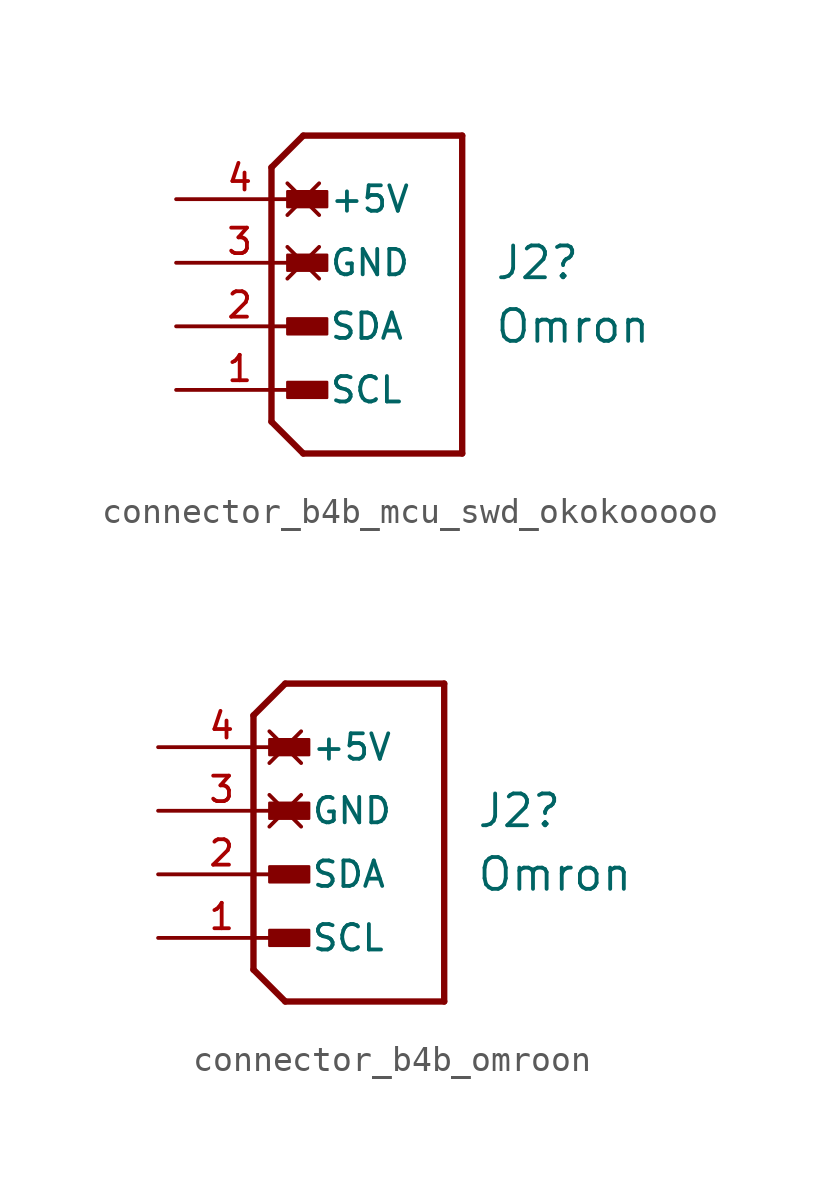
<source format=kicad_sym>
(kicad_symbol_lib
  (version 20241209)
  (generator "kicad_symbol_editor")
  (generator_version "9.0")
  (symbol "connector_b4b_mcu_swd_okokooooo"
    (pin_names
      (offset 1.016))
    (property "Reference" "J2"
      (at 5.08 0.0001 0)
      (effects (font (size 1.27 1.27)) (justify left)))
    (property "Value" "Omron"
      (at 5.08 -2.54 0)
      (effects (font (size 1.27 1.27)) (justify left)))
    (symbol "connector_b4b_mcu_swd_okokooooo_0_0"
      (polyline (pts (xy -3.81 3.81) (xy -3.81 -6.35)) (stroke (width 0.254) (type default)) (fill (type none)))
      (polyline (pts (xy -3.81 3.81) (xy -2.54 5.08)) (stroke (width 0.254) (type default)) (fill (type none)))
      (polyline (pts (xy -3.81 -6.35) (xy -2.54 -7.62)) (stroke (width 0.254) (type default)) (fill (type none)))
      (rectangle (start -3.175 2.223) (end -1.587 2.857) (stroke (width 0.1) (type default)) (fill (type outline)))
      (rectangle (start -3.175 -0.318) (end -1.587 0.318) (stroke (width 0.1) (type default)) (fill (type outline)))
      (rectangle (start -3.175 -2.857) (end -1.587 -2.223) (stroke (width 0.1) (type default)) (fill (type outline)))
      (rectangle (start -3.175 -5.397) (end -1.587 -4.763) (stroke (width 0.1) (type default)) (fill (type outline)))
      (polyline (pts (xy -2.54 -7.62) (xy 3.81 -7.62)) (stroke (width 0.254) (type default)) (fill (type none)))
      (polyline (pts (xy 3.81 5.08) (xy -2.54 5.08)) (stroke (width 0.254) (type default)) (fill (type none)))
      (polyline (pts (xy 3.81 -7.62) (xy 3.81 5.08)) (stroke (width 0.254) (type default)) (fill (type none))))
    (symbol "connector_b4b_mcu_swd_okokooooo_1_0"
      (pin power_in non_logic (at -7.62 2.54 0) (length 5.08) (name "+5V" (effects (font (size 1.016 1.016)))) (number "4" (effects (font (size 1.016 1.016)))))
      (pin power_in non_logic (at -7.62 0 0) (length 5.08) (name "GND" (effects (font (size 1.016 1.016)))) (number "3" (effects (font (size 1.016 1.016)))))
      (pin bidirectional line (at -7.62 -2.54 0) (length 5.08) (name "SDA" (effects (font (size 1.016 1.016)))) (number "2" (effects (font (size 1.016 1.016)))))
      (pin bidirectional line (at -7.62 -5.08 0) (length 5.08) (name "SCL" (effects (font (size 1.016 1.016)))) (number "1" (effects (font (size 1.016 1.016)))))))
  (symbol "connector_b4b_omroon"
    (pin_names
      (offset 1.016))
    (property "Reference" "J2"
      (at 5.08 0.0001 0)
      (effects (font (size 1.27 1.27)) (justify left)))
    (property "Value" "Omron"
      (at 5.08 -2.54 0)
      (effects (font (size 1.27 1.27)) (justify left)))
    (symbol "connector_b4b_omroon_0_0"
      (polyline (pts (xy -3.81 3.81) (xy -3.81 -6.35)) (stroke (width 0.254) (type default)) (fill (type none)))
      (polyline (pts (xy -3.81 3.81) (xy -2.54 5.08)) (stroke (width 0.254) (type default)) (fill (type none)))
      (polyline (pts (xy -3.81 -6.35) (xy -2.54 -7.62)) (stroke (width 0.254) (type default)) (fill (type none)))
      (rectangle (start -3.175 2.223) (end -1.587 2.857) (stroke (width 0.1) (type default)) (fill (type outline)))
      (rectangle (start -3.175 -0.318) (end -1.587 0.318) (stroke (width 0.1) (type default)) (fill (type outline)))
      (rectangle (start -3.175 -2.857) (end -1.587 -2.223) (stroke (width 0.1) (type default)) (fill (type outline)))
      (rectangle (start -3.175 -5.397) (end -1.587 -4.763) (stroke (width 0.1) (type default)) (fill (type outline)))
      (polyline (pts (xy -2.54 -7.62) (xy 3.81 -7.62)) (stroke (width 0.254) (type default)) (fill (type none)))
      (polyline (pts (xy 3.81 5.08) (xy -2.54 5.08)) (stroke (width 0.254) (type default)) (fill (type none)))
      (polyline (pts (xy 3.81 -7.62) (xy 3.81 5.08)) (stroke (width 0.254) (type default)) (fill (type none))))
    (symbol "connector_b4b_omroon_1_0"
      (pin power_in non_logic (at -7.62 2.54 0) (length 5.08) (name "+5V" (effects (font (size 1.016 1.016)))) (number "4" (effects (font (size 1.016 1.016)))))
      (pin power_in non_logic (at -7.62 0 0) (length 5.08) (name "GND" (effects (font (size 1.016 1.016)))) (number "3" (effects (font (size 1.016 1.016)))))
      (pin bidirectional line (at -7.62 -2.54 0) (length 5.08) (name "SDA" (effects (font (size 1.016 1.016)))) (number "2" (effects (font (size 1.016 1.016)))))
      (pin bidirectional line (at -7.62 -5.08 0) (length 5.08) (name "SCL" (effects (font (size 1.016 1.016)))) (number "1" (effects (font (size 1.016 1.016))))))))
</source>
